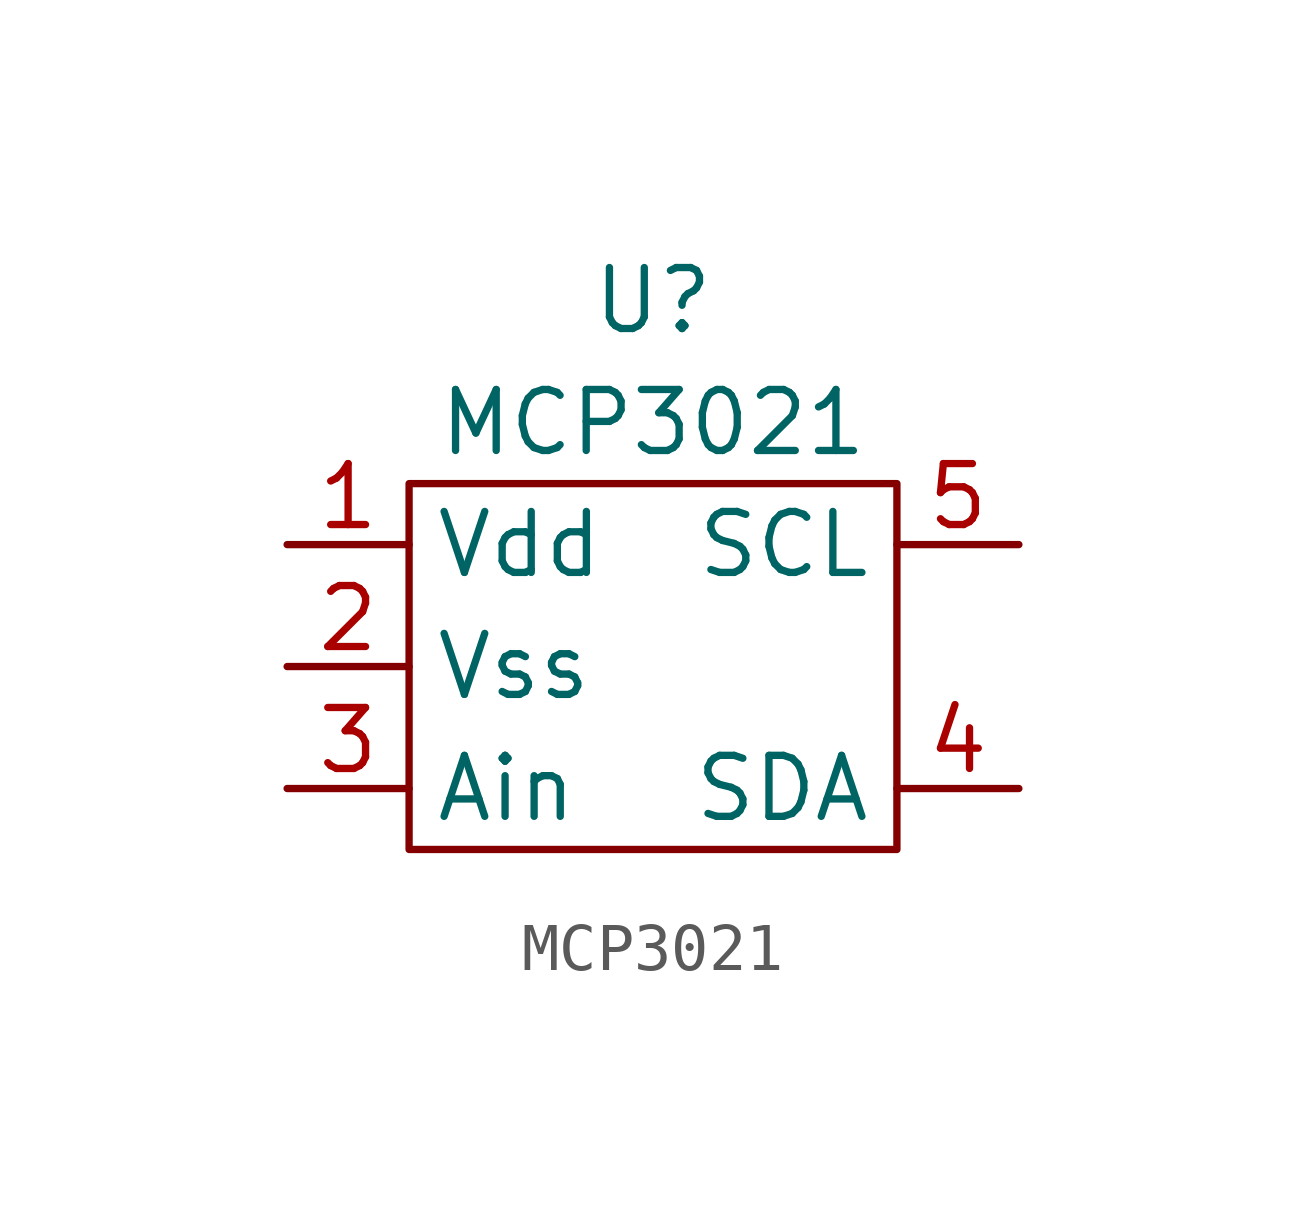
<source format=kicad_sym>
(kicad_symbol_lib
  (version 20211014)
  (generator kicad_symbol_editor)
  (symbol "MCP3021"
    (property "Reference" "U"
      (at 0 1.27 0)
      (effects (font (size 1.27 1.27))))
    (property "Value" "MCP3021"
      (at 0 -1.27 0)
      (effects (font (size 1.27 1.27))))
    (symbol "MCP3021_0_1"
      (rectangle (start -5.08 -2.54) (end 5.08 -10.16) (stroke (width 0) (type default) (color 0 0 0 0)) (fill (type none))))
    (symbol "MCP3021_1_1"
      (pin input line (at -7.62 -3.81 0) (length 2.54) (name "Vdd" (effects (font (size 1.27 1.27)))) (number "1" (effects (font (size 1.27 1.27)))))
      (pin input line (at -7.62 -6.35 0) (length 2.54) (name "Vss" (effects (font (size 1.27 1.27)))) (number "2" (effects (font (size 1.27 1.27)))))
      (pin input line (at -7.62 -8.89 0) (length 2.54) (name "Ain" (effects (font (size 1.27 1.27)))) (number "3" (effects (font (size 1.27 1.27)))))
      (pin bidirectional line (at 7.62 -8.89 180) (length 2.54) (name "SDA" (effects (font (size 1.27 1.27)))) (number "4" (effects (font (size 1.27 1.27)))))
      (pin input line (at 7.62 -3.81 180) (length 2.54) (name "SCL" (effects (font (size 1.27 1.27)))) (number "5" (effects (font (size 1.27 1.27))))))))
</source>
